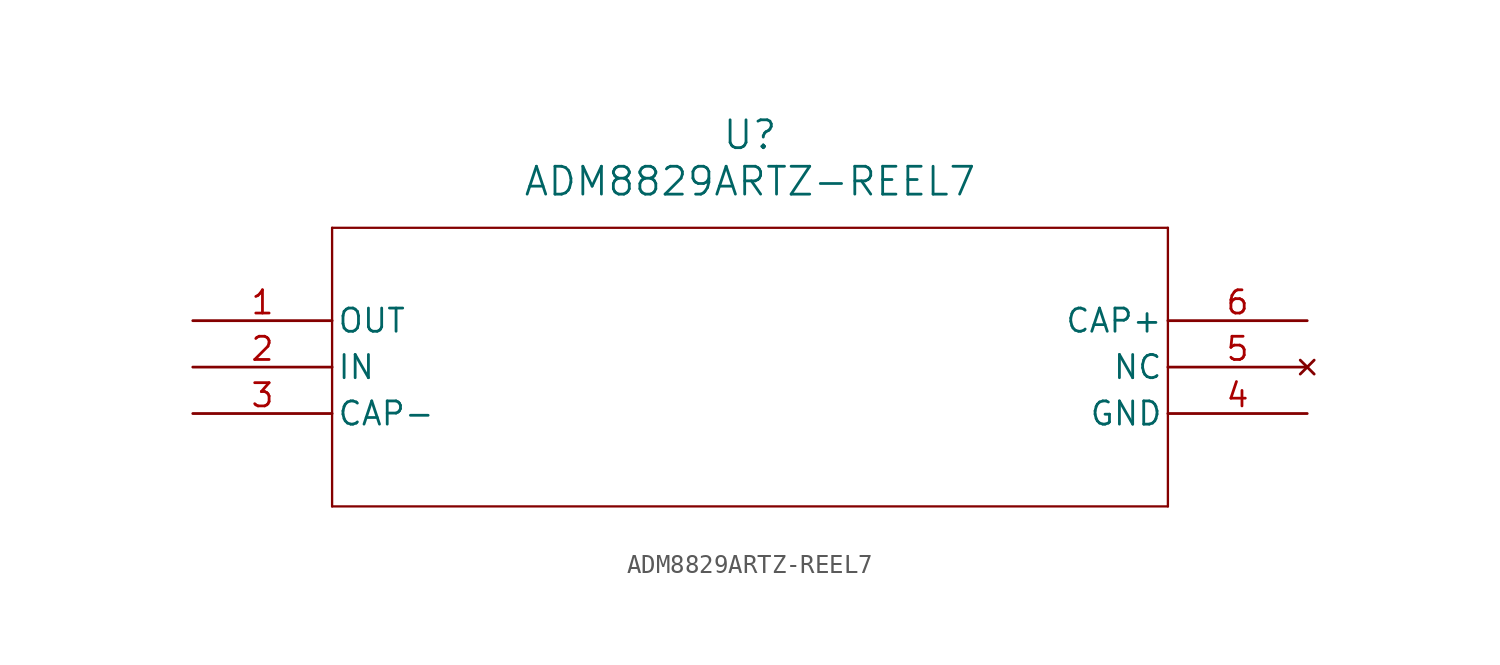
<source format=kicad_sym>
(kicad_symbol_lib
  (version 20231120)
  (generator "kicad_symbol_editor")
  (generator_version "8.0")
  (symbol "ADM8829ARTZ-REEL7"
    (pin_names
      (offset 0.254))
    (property "Reference" "U"
      (at 30.48 10.16 0)
      (effects (font (size 1.524 1.524))))
    (property "Value" "ADM8829ARTZ-REEL7"
      (at 30.48 7.62 0)
      (effects (font (size 1.524 1.524))))
    (property "ki_locked" ""
      (at 0 0 0)
      (effects (font (size 1.27 1.27))))
    (symbol "ADM8829ARTZ-REEL7_0_1"
      (polyline (pts (xy 7.62 -10.16) (xy 53.34 -10.16)) (stroke (width 0.127) (type default)) (fill (type none)))
      (polyline (pts (xy 7.62 5.08) (xy 7.62 -10.16)) (stroke (width 0.127) (type default)) (fill (type none)))
      (polyline (pts (xy 53.34 -10.16) (xy 53.34 5.08)) (stroke (width 0.127) (type default)) (fill (type none)))
      (polyline (pts (xy 53.34 5.08) (xy 7.62 5.08)) (stroke (width 0.127) (type default)) (fill (type none)))
      (pin output line (at 0 0 0) (length 7.62) (name "OUT" (effects (font (size 1.27 1.27)))) (number "1" (effects (font (size 1.27 1.27)))))
      (pin input line (at 0 -2.54 0) (length 7.62) (name "IN" (effects (font (size 1.27 1.27)))) (number "2" (effects (font (size 1.27 1.27)))))
      (pin unspecified line (at 0 -5.08 0) (length 7.62) (name "CAP-" (effects (font (size 1.27 1.27)))) (number "3" (effects (font (size 1.27 1.27)))))
      (pin power_in line (at 60.96 -5.08 180) (length 7.62) (name "GND" (effects (font (size 1.27 1.27)))) (number "4" (effects (font (size 1.27 1.27)))))
      (pin no_connect line (at 60.96 -2.54 180) (length 7.62) (name "NC" (effects (font (size 1.27 1.27)))) (number "5" (effects (font (size 1.27 1.27)))))
      (pin unspecified line (at 60.96 0 180) (length 7.62) (name "CAP+" (effects (font (size 1.27 1.27)))) (number "6" (effects (font (size 1.27 1.27))))))))
</source>
